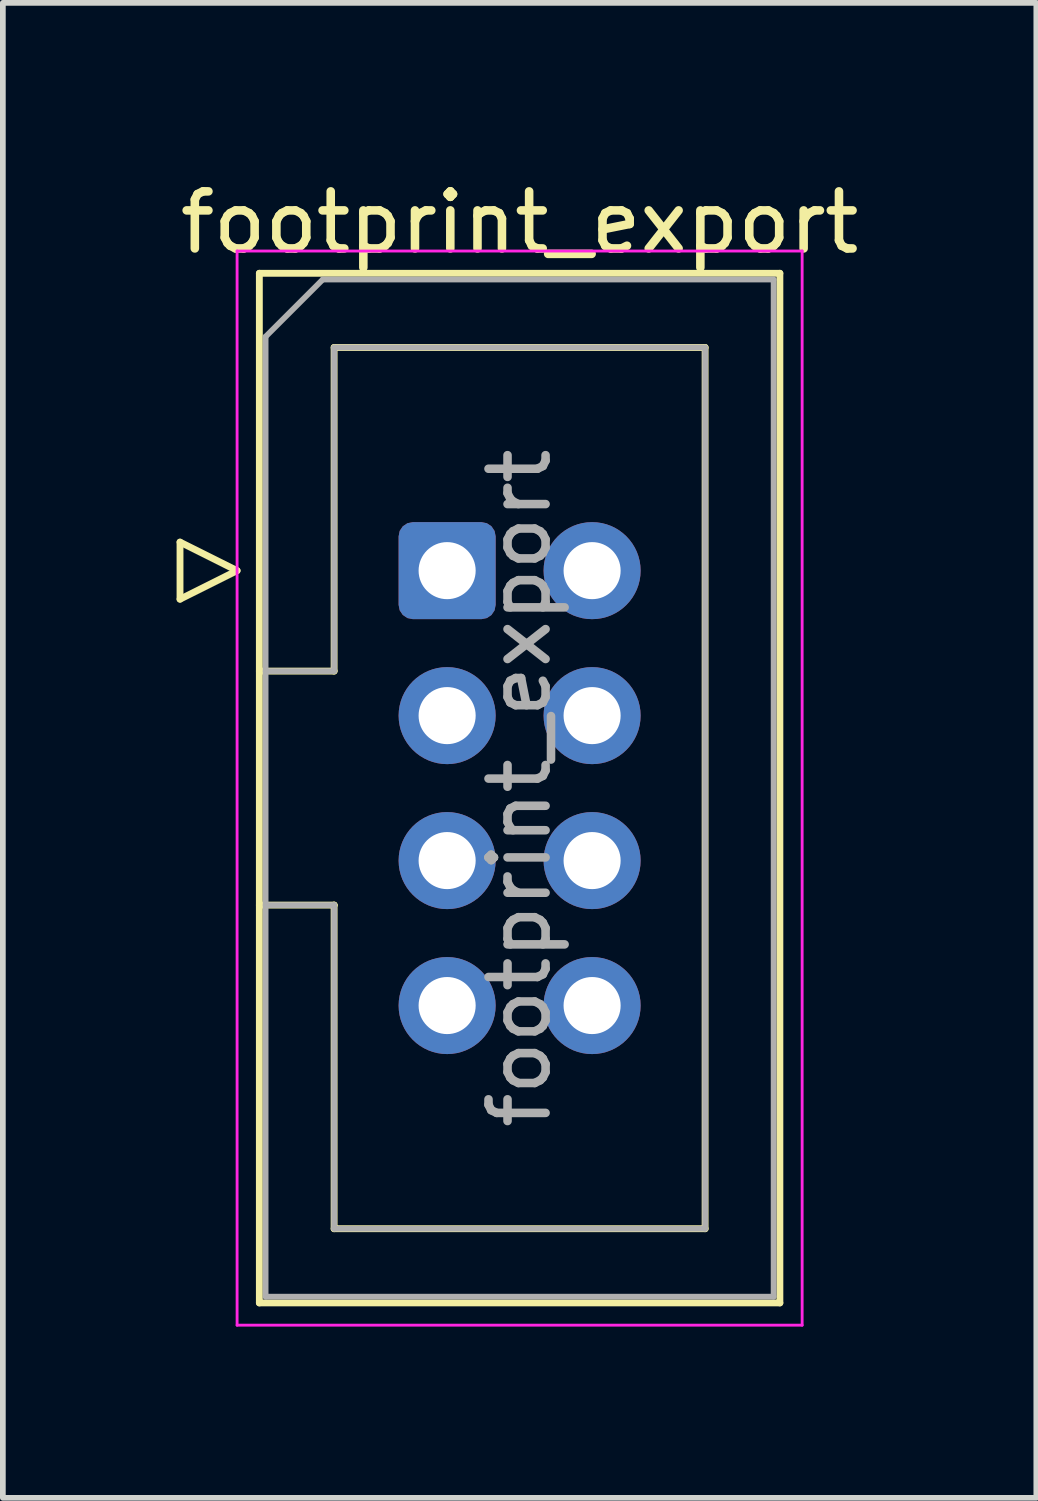
<source format=kicad_pcb>
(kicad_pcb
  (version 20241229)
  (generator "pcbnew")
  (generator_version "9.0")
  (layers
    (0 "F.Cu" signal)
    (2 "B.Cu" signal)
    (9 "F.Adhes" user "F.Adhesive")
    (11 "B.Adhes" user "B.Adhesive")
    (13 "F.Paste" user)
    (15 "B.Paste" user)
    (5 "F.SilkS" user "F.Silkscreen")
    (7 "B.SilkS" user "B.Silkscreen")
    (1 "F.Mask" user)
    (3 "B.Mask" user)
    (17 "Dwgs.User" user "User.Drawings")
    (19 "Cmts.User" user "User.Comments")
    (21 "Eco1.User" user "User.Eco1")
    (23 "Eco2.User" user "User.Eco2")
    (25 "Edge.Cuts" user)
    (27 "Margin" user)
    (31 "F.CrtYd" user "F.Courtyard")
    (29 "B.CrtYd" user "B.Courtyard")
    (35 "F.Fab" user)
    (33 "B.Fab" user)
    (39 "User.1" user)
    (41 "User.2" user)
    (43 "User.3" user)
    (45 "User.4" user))
  (footprint "footprint_export"
    (layer "F.Cu")
    (at 4.784 6.948)
    (property "Reference" "footprint_export" (at 1.27 -6.1 0) (layer "F.SilkS") (effects (font (size 1 1) (thickness 0.15))))
    (attr through_hole)
    (fp_line (start -4.68 -0.5) (end -4.68 0.5) (stroke (width 0.12) (type solid)) (layer "F.SilkS"))
    (fp_line (start -4.68 0.5) (end -3.68 0) (stroke (width 0.12) (type solid)) (layer "F.SilkS"))
    (fp_line (start -3.68 0) (end -4.68 -0.5) (stroke (width 0.12) (type solid)) (layer "F.SilkS"))
    (fp_line (start -3.29 -5.21) (end 5.83 -5.21) (stroke (width 0.12) (type solid)) (layer "F.SilkS"))
    (fp_line (start -3.29 1.76) (end -1.98 1.76) (stroke (width 0.12) (type solid)) (layer "F.SilkS"))
    (fp_line (start -3.29 12.83) (end -3.29 -5.21) (stroke (width 0.12) (type solid)) (layer "F.SilkS"))
    (fp_line (start -1.98 -3.91) (end 4.52 -3.91) (stroke (width 0.12) (type solid)) (layer "F.SilkS"))
    (fp_line (start -1.98 1.76) (end -1.98 -3.91) (stroke (width 0.12) (type solid)) (layer "F.SilkS"))
    (fp_line (start -1.98 5.86) (end -3.29 5.86) (stroke (width 0.12) (type solid)) (layer "F.SilkS"))
    (fp_line (start -1.98 5.86) (end -1.98 5.86) (stroke (width 0.12) (type solid)) (layer "F.SilkS"))
    (fp_line (start -1.98 11.53) (end -1.98 5.86) (stroke (width 0.12) (type solid)) (layer "F.SilkS"))
    (fp_line (start 4.52 -3.91) (end 4.52 11.53) (stroke (width 0.12) (type solid)) (layer "F.SilkS"))
    (fp_line (start 4.52 11.53) (end -1.98 11.53) (stroke (width 0.12) (type solid)) (layer "F.SilkS"))
    (fp_line (start 5.83 -5.21) (end 5.83 12.83) (stroke (width 0.12) (type solid)) (layer "F.SilkS"))
    (fp_line (start 5.83 12.83) (end -3.29 12.83) (stroke (width 0.12) (type solid)) (layer "F.SilkS"))
    (fp_line (start -3.68 -5.6) (end -3.68 13.22) (stroke (width 0.05) (type solid)) (layer "F.CrtYd"))
    (fp_line (start -3.68 13.22) (end 6.22 13.22) (stroke (width 0.05) (type solid)) (layer "F.CrtYd"))
    (fp_line (start 6.22 -5.6) (end -3.68 -5.6) (stroke (width 0.05) (type solid)) (layer "F.CrtYd"))
    (fp_line (start 6.22 13.22) (end 6.22 -5.6) (stroke (width 0.05) (type solid)) (layer "F.CrtYd"))
    (fp_line (start -3.18 -4.1) (end -2.18 -5.1) (stroke (width 0.1) (type solid)) (layer "F.Fab"))
    (fp_line (start -3.18 1.76) (end -1.98 1.76) (stroke (width 0.1) (type solid)) (layer "F.Fab"))
    (fp_line (start -3.18 12.72) (end -3.18 -4.1) (stroke (width 0.1) (type solid)) (layer "F.Fab"))
    (fp_line (start -2.18 -5.1) (end 5.72 -5.1) (stroke (width 0.1) (type solid)) (layer "F.Fab"))
    (fp_line (start -1.98 -3.91) (end 4.52 -3.91) (stroke (width 0.1) (type solid)) (layer "F.Fab"))
    (fp_line (start -1.98 1.76) (end -1.98 -3.91) (stroke (width 0.1) (type solid)) (layer "F.Fab"))
    (fp_line (start -1.98 5.86) (end -3.18 5.86) (stroke (width 0.1) (type solid)) (layer "F.Fab"))
    (fp_line (start -1.98 5.86) (end -1.98 5.86) (stroke (width 0.1) (type solid)) (layer "F.Fab"))
    (fp_line (start -1.98 11.53) (end -1.98 5.86) (stroke (width 0.1) (type solid)) (layer "F.Fab"))
    (fp_line (start 4.52 -3.91) (end 4.52 11.53) (stroke (width 0.1) (type solid)) (layer "F.Fab"))
    (fp_line (start 4.52 11.53) (end -1.98 11.53) (stroke (width 0.1) (type solid)) (layer "F.Fab"))
    (fp_line (start 5.72 -5.1) (end 5.72 12.72) (stroke (width 0.1) (type solid)) (layer "F.Fab"))
    (fp_line (start 5.72 12.72) (end -3.18 12.72) (stroke (width 0.1) (type solid)) (layer "F.Fab"))
    (fp_text user "${REFERENCE}" (at 1.27 3.81 90) (layer "F.Fab") (effects (font (size 1 1) (thickness 0.15))))
    (pad "1" thru_hole roundrect (at 0 0) (size 1.7 1.7) (drill 1) (layers "*.Cu" "*.Mask") (roundrect_rratio 0.147))
    (pad "2" thru_hole circle (at 2.54 0) (size 1.7 1.7) (drill 1) (layers "*.Cu" "*.Mask"))
    (pad "3" thru_hole circle (at 0 2.54) (size 1.7 1.7) (drill 1) (layers "*.Cu" "*.Mask"))
    (pad "4" thru_hole circle (at 2.54 2.54) (size 1.7 1.7) (drill 1) (layers "*.Cu" "*.Mask"))
    (pad "5" thru_hole circle (at 0 5.08) (size 1.7 1.7) (drill 1) (layers "*.Cu" "*.Mask"))
    (pad "6" thru_hole circle (at 2.54 5.08) (size 1.7 1.7) (drill 1) (layers "*.Cu" "*.Mask"))
    (pad "7" thru_hole circle (at 0 7.62) (size 1.7 1.7) (drill 1) (layers "*.Cu" "*.Mask"))
    (pad "8" thru_hole circle (at 2.54 7.62) (size 1.7 1.7) (drill 1) (layers "*.Cu" "*.Mask")))
  (gr_rect
    (start -3 -3)
    (end 15.107 23.193)
    (stroke (width 0.1) (type default))
    (fill no)
    (layer "Edge.Cuts")))
</source>
